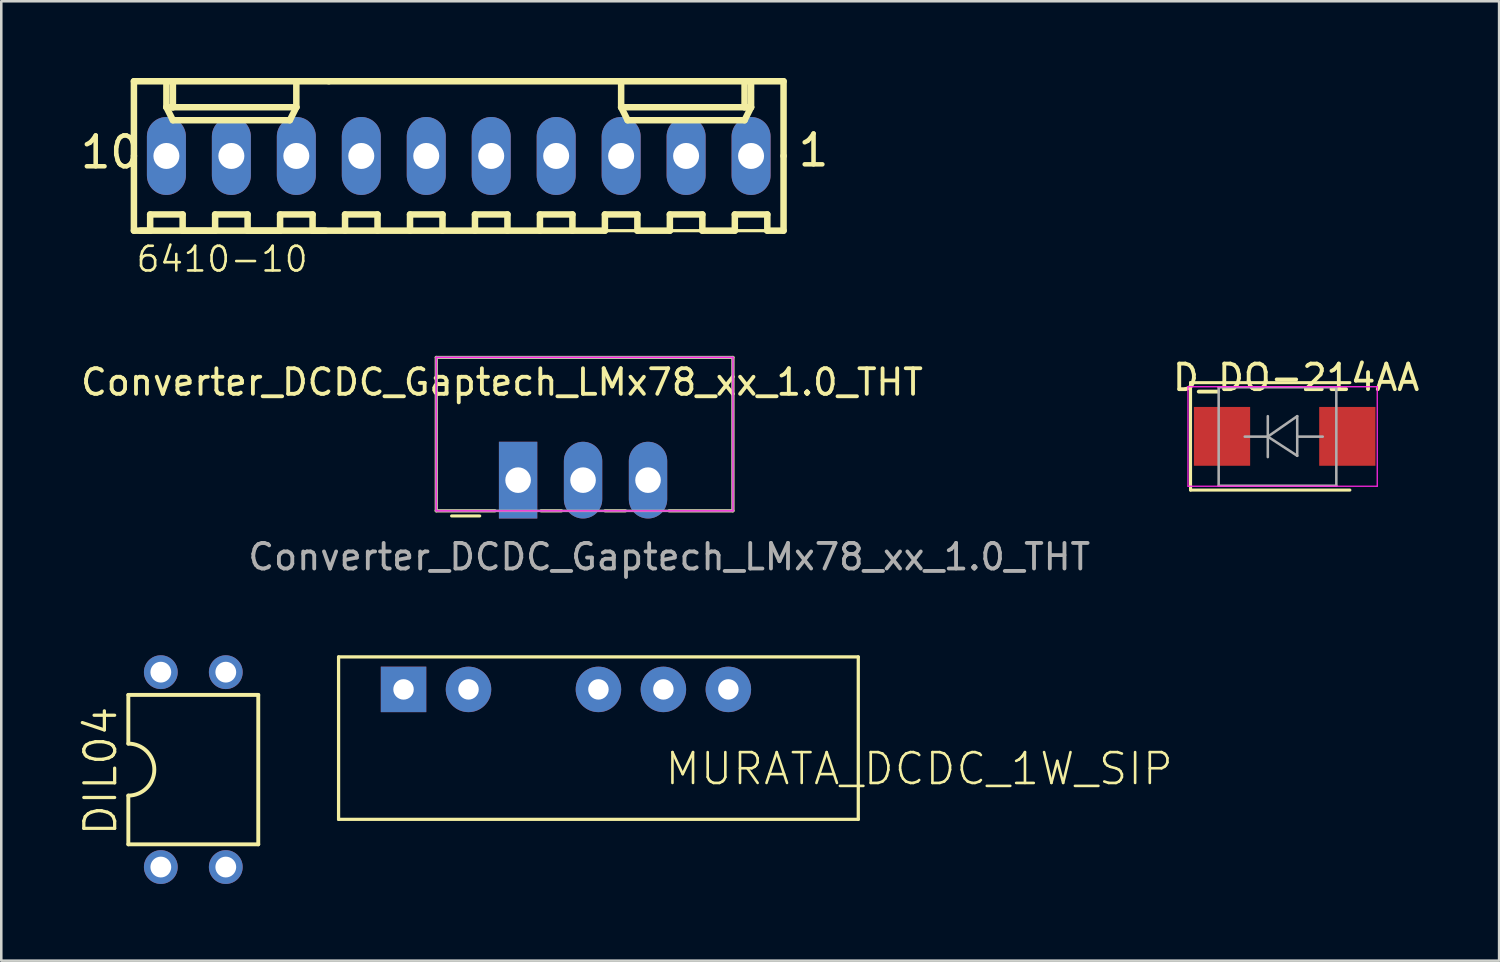
<source format=kicad_pcb>
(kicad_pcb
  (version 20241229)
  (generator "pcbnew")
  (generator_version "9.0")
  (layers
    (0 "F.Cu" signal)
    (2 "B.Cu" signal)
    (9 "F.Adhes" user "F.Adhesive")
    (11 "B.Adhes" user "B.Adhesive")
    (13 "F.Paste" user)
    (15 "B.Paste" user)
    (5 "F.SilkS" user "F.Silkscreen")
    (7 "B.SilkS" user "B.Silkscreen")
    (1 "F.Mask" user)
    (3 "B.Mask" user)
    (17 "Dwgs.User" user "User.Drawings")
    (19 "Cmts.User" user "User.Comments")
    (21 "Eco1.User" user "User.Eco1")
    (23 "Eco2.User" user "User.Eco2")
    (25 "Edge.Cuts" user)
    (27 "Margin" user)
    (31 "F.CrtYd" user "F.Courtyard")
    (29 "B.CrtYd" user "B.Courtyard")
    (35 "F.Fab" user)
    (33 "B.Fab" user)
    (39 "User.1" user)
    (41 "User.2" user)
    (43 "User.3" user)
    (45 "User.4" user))
  (footprint "D_DO-214AA"
    (layer "F.Cu")
    (at 47.629 11.211)
    (property "Reference" "D_DO-214AA" (at 0 0.5 0) (layer "F.SilkS") (effects (font (size 1 1) (thickness 0.15))))
    (attr through_hole)
    (fp_line (start -4.13 0.7) (end -4.13 4.9) (stroke (width 0.12) (type solid)) (layer "F.SilkS"))
    (fp_line (start -4.13 0.7) (end 2.1 0.7) (stroke (width 0.12) (type solid)) (layer "F.SilkS"))
    (fp_line (start -4.13 4.9) (end 2.1 4.9) (stroke (width 0.12) (type solid)) (layer "F.SilkS"))
    (fp_line (start -4.23 0.86) (end 3.17 0.86) (stroke (width 0.05) (type solid)) (layer "F.CrtYd"))
    (fp_line (start -4.23 4.75) (end -4.23 0.86) (stroke (width 0.05) (type solid)) (layer "F.CrtYd"))
    (fp_line (start 3.17 0.86) (end 3.17 4.75) (stroke (width 0.05) (type solid)) (layer "F.CrtYd"))
    (fp_line (start 3.17 4.75) (end -4.23 4.75) (stroke (width 0.05) (type solid)) (layer "F.CrtYd"))
    (fp_line (start -3.03 4.73) (end -3.03 0.88) (stroke (width 0.1) (type solid)) (layer "F.Fab"))
    (fp_line (start -1.109 2.011) (end -1.109 3.611) (stroke (width 0.1) (type solid)) (layer "F.Fab"))
    (fp_line (start -1.109 2.811) (end -2.011 2.811) (stroke (width 0.1) (type solid)) (layer "F.Fab"))
    (fp_line (start -1.109 2.811) (end 0.041 2.011) (stroke (width 0.1) (type solid)) (layer "F.Fab"))
    (fp_line (start -1.109 2.811) (end 0.041 3.56) (stroke (width 0.1) (type solid)) (layer "F.Fab"))
    (fp_line (start 0.041 2.811) (end 1.039 2.811) (stroke (width 0.1) (type solid)) (layer "F.Fab"))
    (fp_line (start 0.041 3.56) (end 0.041 2.011) (stroke (width 0.1) (type solid)) (layer "F.Fab"))
    (fp_line (start 1.57 0.88) (end -3.03 0.88) (stroke (width 0.1) (type solid)) (layer "F.Fab"))
    (fp_line (start 1.57 0.88) (end 1.57 4.73) (stroke (width 0.1) (type solid)) (layer "F.Fab"))
    (fp_line (start 1.57 4.73) (end -3.03 4.73) (stroke (width 0.1) (type solid)) (layer "F.Fab"))
    (pad "1" smd rect (at -2.9 2.8) (size 2.2 2.3) (layers "F.Cu" "F.Mask" "F.Paste"))
    (pad "2" smd rect (at 2 2.8) (size 2.2 2.3) (layers "F.Cu" "F.Mask" "F.Paste")))
  (footprint "MURATA_DCDC_1W_SIP"
    (layer "F.Cu")
    (at 12.728 23.905)
    (property "Reference" "MURATA_DCDC_1W_SIP" (at 10.16 3.81 0) (layer "F.SilkS") (effects (font (size 1.206 1.206) (thickness 0.102)) (justify left bottom)))
    (attr through_hole)
    (fp_line (start -2.54 -1.27) (end -2.54 5.08) (stroke (width 0.127) (type solid)) (layer "F.SilkS"))
    (fp_line (start -2.54 5.08) (end 17.78 5.08) (stroke (width 0.127) (type solid)) (layer "F.SilkS"))
    (fp_line (start 17.78 -1.27) (end -2.54 -1.27) (stroke (width 0.127) (type solid)) (layer "F.SilkS"))
    (fp_line (start 17.78 5.08) (end 17.78 -1.27) (stroke (width 0.127) (type solid)) (layer "F.SilkS"))
    (pad "1" thru_hole rect (at 0 0) (size 1.778 1.778) (drill 0.8) (layers "*.Cu" "*.Mask"))
    (pad "2" thru_hole circle (at 2.54 0) (size 1.778 1.778) (drill 0.8) (layers "*.Cu" "*.Mask"))
    (pad "4" thru_hole circle (at 7.62 0) (size 1.778 1.778) (drill 0.8) (layers "*.Cu" "*.Mask"))
    (pad "5" thru_hole circle (at 10.16 0) (size 1.778 1.778) (drill 0.8) (layers "*.Cu" "*.Mask"))
    (pad "6" thru_hole circle (at 12.7 0) (size 1.778 1.778) (drill 0.8) (layers "*.Cu" "*.Mask")))
  (footprint "6410-10"
    (layer "F.Cu")
    (at 14.886 3.048)
    (property "Reference" "6410-10" (at -12.673 4.599 0) (layer "F.SilkS") (effects (font (size 0.965 0.965) (thickness 0.102)) (justify left bottom)))
    (attr through_hole)
    (fp_line (start -12.7 -2.921) (end -11.43 -2.921) (stroke (width 0.254) (type solid)) (layer "F.SilkS"))
    (fp_line (start -12.7 0) (end -12.7 -2.921) (stroke (width 0.254) (type solid)) (layer "F.SilkS"))
    (fp_line (start -12.7 0) (end -12.7 2.921) (stroke (width 0.254) (type solid)) (layer "F.SilkS"))
    (fp_line (start -12.7 2.921) (end -5.207 2.921) (stroke (width 0.254) (type solid)) (layer "F.SilkS"))
    (fp_line (start -12.446 2.921) (end -12.065 2.921) (stroke (width 0.254) (type solid)) (layer "F.SilkS"))
    (fp_line (start -12.065 2.286) (end -10.795 2.286) (stroke (width 0.254) (type solid)) (layer "F.SilkS"))
    (fp_line (start -12.065 2.921) (end -12.065 2.286) (stroke (width 0.254) (type solid)) (layer "F.SilkS"))
    (fp_line (start -11.43 -2.921) (end -11.176 -2.921) (stroke (width 0.254) (type solid)) (layer "F.SilkS"))
    (fp_line (start -11.43 -2.54) (end -11.43 -2.921) (stroke (width 0.127) (type solid)) (layer "F.SilkS"))
    (fp_line (start -11.43 -1.905) (end -11.43 -2.921) (stroke (width 0.254) (type solid)) (layer "F.SilkS"))
    (fp_line (start -11.43 -1.905) (end -11.176 -1.905) (stroke (width 0.254) (type solid)) (layer "F.SilkS"))
    (fp_line (start -11.43 -1.905) (end -11.176 -1.397) (stroke (width 0.254) (type solid)) (layer "F.SilkS"))
    (fp_line (start -11.176 -2.921) (end -11.176 -1.905) (stroke (width 0.254) (type solid)) (layer "F.SilkS"))
    (fp_line (start -11.176 -2.921) (end -6.35 -2.921) (stroke (width 0.254) (type solid)) (layer "F.SilkS"))
    (fp_line (start -11.176 -1.905) (end -6.35 -1.905) (stroke (width 0.254) (type solid)) (layer "F.SilkS"))
    (fp_line (start -11.176 -1.397) (end -6.604 -1.397) (stroke (width 0.254) (type solid)) (layer "F.SilkS"))
    (fp_line (start -10.795 2.286) (end -10.795 2.921) (stroke (width 0.254) (type solid)) (layer "F.SilkS"))
    (fp_line (start -10.795 2.921) (end -9.525 2.921) (stroke (width 0.254) (type solid)) (layer "F.SilkS"))
    (fp_line (start -9.525 2.286) (end -8.255 2.286) (stroke (width 0.254) (type solid)) (layer "F.SilkS"))
    (fp_line (start -9.525 2.921) (end -9.525 2.286) (stroke (width 0.254) (type solid)) (layer "F.SilkS"))
    (fp_line (start -8.255 2.286) (end -8.255 2.921) (stroke (width 0.254) (type solid)) (layer "F.SilkS"))
    (fp_line (start -8.255 2.921) (end -6.985 2.921) (stroke (width 0.254) (type solid)) (layer "F.SilkS"))
    (fp_line (start -6.985 2.286) (end -5.715 2.286) (stroke (width 0.254) (type solid)) (layer "F.SilkS"))
    (fp_line (start -6.985 2.921) (end -6.985 2.286) (stroke (width 0.254) (type solid)) (layer "F.SilkS"))
    (fp_line (start -6.604 -1.397) (end -6.35 -1.905) (stroke (width 0.254) (type solid)) (layer "F.SilkS"))
    (fp_line (start -6.35 -2.921) (end -5.08 -2.921) (stroke (width 0.254) (type solid)) (layer "F.SilkS"))
    (fp_line (start -6.35 -1.905) (end -6.35 -2.921) (stroke (width 0.254) (type solid)) (layer "F.SilkS"))
    (fp_line (start -5.715 2.286) (end -5.715 2.921) (stroke (width 0.254) (type solid)) (layer "F.SilkS"))
    (fp_line (start -5.715 2.921) (end 5.715 2.921) (stroke (width 0.254) (type solid)) (layer "F.SilkS"))
    (fp_line (start -4.445 2.286) (end -3.175 2.286) (stroke (width 0.254) (type solid)) (layer "F.SilkS"))
    (fp_line (start -4.445 2.921) (end -4.445 2.286) (stroke (width 0.254) (type solid)) (layer "F.SilkS"))
    (fp_line (start -3.175 2.286) (end -3.175 2.921) (stroke (width 0.254) (type solid)) (layer "F.SilkS"))
    (fp_line (start -1.905 2.286) (end -0.635 2.286) (stroke (width 0.254) (type solid)) (layer "F.SilkS"))
    (fp_line (start -1.905 2.921) (end -1.905 2.286) (stroke (width 0.254) (type solid)) (layer "F.SilkS"))
    (fp_line (start -0.635 2.286) (end -0.635 2.921) (stroke (width 0.254) (type solid)) (layer "F.SilkS"))
    (fp_line (start 0.635 2.286) (end 1.905 2.286) (stroke (width 0.254) (type solid)) (layer "F.SilkS"))
    (fp_line (start 0.635 2.921) (end 0.635 2.286) (stroke (width 0.254) (type solid)) (layer "F.SilkS"))
    (fp_line (start 1.905 2.286) (end 1.905 2.921) (stroke (width 0.254) (type solid)) (layer "F.SilkS"))
    (fp_line (start 3.175 2.286) (end 4.445 2.286) (stroke (width 0.254) (type solid)) (layer "F.SilkS"))
    (fp_line (start 3.175 2.921) (end 3.175 2.286) (stroke (width 0.254) (type solid)) (layer "F.SilkS"))
    (fp_line (start 4.445 2.286) (end 4.445 2.921) (stroke (width 0.254) (type solid)) (layer "F.SilkS"))
    (fp_line (start 5.715 2.286) (end 6.985 2.286) (stroke (width 0.254) (type solid)) (layer "F.SilkS"))
    (fp_line (start 5.715 2.921) (end 5.715 2.286) (stroke (width 0.254) (type solid)) (layer "F.SilkS"))
    (fp_line (start 6.35 -1.905) (end 6.35 -2.921) (stroke (width 0.254) (type solid)) (layer "F.SilkS"))
    (fp_line (start 6.35 -1.905) (end 6.604 -1.397) (stroke (width 0.254) (type solid)) (layer "F.SilkS"))
    (fp_line (start 6.35 -1.905) (end 11.176 -1.905) (stroke (width 0.254) (type solid)) (layer "F.SilkS"))
    (fp_line (start 6.604 -1.397) (end 11.176 -1.397) (stroke (width 0.254) (type solid)) (layer "F.SilkS"))
    (fp_line (start 6.985 2.286) (end 6.985 2.921) (stroke (width 0.254) (type solid)) (layer "F.SilkS"))
    (fp_line (start 6.985 2.921) (end 8.255 2.921) (stroke (width 0.254) (type solid)) (layer "F.SilkS"))
    (fp_line (start 8.255 2.286) (end 9.525 2.286) (stroke (width 0.254) (type solid)) (layer "F.SilkS"))
    (fp_line (start 8.255 2.921) (end 8.255 2.286) (stroke (width 0.254) (type solid)) (layer "F.SilkS"))
    (fp_line (start 9.525 2.286) (end 9.525 2.921) (stroke (width 0.254) (type solid)) (layer "F.SilkS"))
    (fp_line (start 9.525 2.921) (end 10.795 2.921) (stroke (width 0.254) (type solid)) (layer "F.SilkS"))
    (fp_line (start 10.795 2.286) (end 12.065 2.286) (stroke (width 0.254) (type solid)) (layer "F.SilkS"))
    (fp_line (start 10.795 2.921) (end 10.795 2.286) (stroke (width 0.254) (type solid)) (layer "F.SilkS"))
    (fp_line (start 11.176 -2.921) (end 11.176 -1.905) (stroke (width 0.254) (type solid)) (layer "F.SilkS"))
    (fp_line (start 11.176 -1.905) (end 11.43 -1.905) (stroke (width 0.254) (type solid)) (layer "F.SilkS"))
    (fp_line (start 11.176 -1.397) (end 11.43 -1.905) (stroke (width 0.254) (type solid)) (layer "F.SilkS"))
    (fp_line (start 11.43 -1.905) (end 11.43 -2.921) (stroke (width 0.254) (type solid)) (layer "F.SilkS"))
    (fp_line (start 12.065 2.286) (end 12.065 2.921) (stroke (width 0.254) (type solid)) (layer "F.SilkS"))
    (fp_line (start 12.065 2.921) (end 12.7 2.921) (stroke (width 0.254) (type solid)) (layer "F.SilkS"))
    (fp_line (start 12.7 -2.921) (end -5.08 -2.921) (stroke (width 0.254) (type solid)) (layer "F.SilkS"))
    (fp_line (start 12.7 0) (end 12.7 -2.921) (stroke (width 0.254) (type solid)) (layer "F.SilkS"))
    (fp_line (start 12.7 0) (end 12.7 2.921) (stroke (width 0.254) (type solid)) (layer "F.SilkS"))
    (fp_line (start 12.7 2.921) (end -5.207 2.921) (stroke (width 0.127) (type solid)) (layer "F.SilkS"))
    (fp_poly (pts (xy -11.684 0.254) (xy -11.176 0.254) (xy -11.176 -0.254) (xy -11.684 -0.254)) (stroke (width 0.1) (type solid)) (fill no) (layer "F.Fab"))
    (fp_poly (pts (xy -9.144 0.254) (xy -8.636 0.254) (xy -8.636 -0.254) (xy -9.144 -0.254)) (stroke (width 0.1) (type solid)) (fill no) (layer "F.Fab"))
    (fp_poly (pts (xy -6.604 0.254) (xy -6.096 0.254) (xy -6.096 -0.254) (xy -6.604 -0.254)) (stroke (width 0.1) (type solid)) (fill no) (layer "F.Fab"))
    (fp_poly (pts (xy -4.064 0.254) (xy -3.556 0.254) (xy -3.556 -0.254) (xy -4.064 -0.254)) (stroke (width 0.1) (type solid)) (fill no) (layer "F.Fab"))
    (fp_poly (pts (xy -1.524 0.254) (xy -1.016 0.254) (xy -1.016 -0.254) (xy -1.524 -0.254)) (stroke (width 0.1) (type solid)) (fill no) (layer "F.Fab"))
    (fp_poly (pts (xy 1.016 0.254) (xy 1.524 0.254) (xy 1.524 -0.254) (xy 1.016 -0.254)) (stroke (width 0.1) (type solid)) (fill no) (layer "F.Fab"))
    (fp_poly (pts (xy 3.556 0.254) (xy 4.064 0.254) (xy 4.064 -0.254) (xy 3.556 -0.254)) (stroke (width 0.1) (type solid)) (fill no) (layer "F.Fab"))
    (fp_poly (pts (xy 6.096 0.254) (xy 6.604 0.254) (xy 6.604 -0.254) (xy 6.096 -0.254)) (stroke (width 0.1) (type solid)) (fill no) (layer "F.Fab"))
    (fp_poly (pts (xy 8.636 0.254) (xy 9.144 0.254) (xy 9.144 -0.254) (xy 8.636 -0.254)) (stroke (width 0.1) (type solid)) (fill no) (layer "F.Fab"))
    (fp_poly (pts (xy 11.176 0.254) (xy 11.684 0.254) (xy 11.684 -0.254) (xy 11.176 -0.254)) (stroke (width 0.1) (type solid)) (fill no) (layer "F.Fab"))
    (fp_text user "1" (at 13.181 0.484 0) (layer "F.SilkS") (effects (font (size 1.206 1.206) (thickness 0.178)) (justify left bottom)))
    (fp_text user "10" (at -14.886 0.56 0) (layer "F.SilkS") (effects (font (size 1.206 1.206) (thickness 0.178)) (justify left bottom)))
    (pad "1" thru_hole oval (at 11.43 0 90) (size 3.048 1.524) (drill 1.016) (layers "*.Cu" "*.Mask"))
    (pad "2" thru_hole oval (at 8.89 0 90) (size 3.048 1.524) (drill 1.016) (layers "*.Cu" "*.Mask"))
    (pad "3" thru_hole oval (at 6.35 0 90) (size 3.048 1.524) (drill 1.016) (layers "*.Cu" "*.Mask"))
    (pad "4" thru_hole oval (at 3.81 0 90) (size 3.048 1.524) (drill 1.016) (layers "*.Cu" "*.Mask"))
    (pad "5" thru_hole oval (at 1.27 0 90) (size 3.048 1.524) (drill 1.016) (layers "*.Cu" "*.Mask"))
    (pad "6" thru_hole oval (at -1.27 0 90) (size 3.048 1.524) (drill 1.016) (layers "*.Cu" "*.Mask"))
    (pad "7" thru_hole oval (at -3.81 0 90) (size 3.048 1.524) (drill 1.016) (layers "*.Cu" "*.Mask"))
    (pad "8" thru_hole oval (at -6.35 0 90) (size 3.048 1.524) (drill 1.016) (layers "*.Cu" "*.Mask"))
    (pad "9" thru_hole oval (at -8.89 0 90) (size 3.048 1.524) (drill 1.016) (layers "*.Cu" "*.Mask"))
    (pad "10" thru_hole oval (at -11.43 0 90) (size 3.048 1.524) (drill 1.016) (layers "*.Cu" "*.Mask")))
  (footprint "DIL04"
    (layer "F.Cu")
    (at 4.508 27.041)
    (property "Reference" "DIL04" (at -2.921 2.667 90) (layer "F.SilkS") (effects (font (size 1.206 1.206) (thickness 0.127)) (justify left bottom)))
    (attr through_hole)
    (fp_line (start -2.54 -2.921) (end -2.54 -1.016) (stroke (width 0.152) (type solid)) (layer "F.SilkS"))
    (fp_line (start -2.54 2.921) (end -2.54 1.016) (stroke (width 0.152) (type solid)) (layer "F.SilkS"))
    (fp_line (start -2.54 2.921) (end 2.54 2.921) (stroke (width 0.152) (type solid)) (layer "F.SilkS"))
    (fp_line (start 2.54 -2.921) (end -2.54 -2.921) (stroke (width 0.152) (type solid)) (layer "F.SilkS"))
    (fp_line (start 2.54 -2.921) (end 2.54 2.921) (stroke (width 0.152) (type solid)) (layer "F.SilkS"))
    (fp_arc (start -2.54 -1.016) (mid -1.524 0) (end -2.54 1.016) (stroke (width 0.1524) (type solid)) (layer "F.SilkS"))
    (pad "1" thru_hole circle (at -1.27 3.81 270) (size 1.321 1.321) (drill 0.813) (layers "*.Cu" "*.Mask"))
    (pad "2" thru_hole circle (at 1.27 3.81 270) (size 1.321 1.321) (drill 0.813) (layers "*.Cu" "*.Mask"))
    (pad "3" thru_hole circle (at 1.27 -3.81 90) (size 1.321 1.321) (drill 0.813) (layers "*.Cu" "*.Mask"))
    (pad "4" thru_hole circle (at -1.27 -3.81 90) (size 1.321 1.321) (drill 0.813) (layers "*.Cu" "*.Mask")))
  (footprint "Converter_DCDC_Gaptech_LMx78_xx_1.0_THT"
    (layer "F.Cu")
    (at 17.207 15.723)
    (property "Reference" "Converter_DCDC_Gaptech_LMx78_xx_1.0_THT" (at -0.63 -3.83 0) (layer "F.SilkS") (effects (font (size 1 1) (thickness 0.15))))
    (attr through_hole)
    (fp_line (start -3.205 1.2) (end -0.9 1.2) (stroke (width 0.12) (type solid)) (layer "F.SilkS"))
    (fp_line (start -3.2 -4.8) (end 8.4 -4.8) (stroke (width 0.12) (type solid)) (layer "F.SilkS"))
    (fp_line (start -3.2 1.2) (end -3.2 -4.8) (stroke (width 0.12) (type solid)) (layer "F.SilkS"))
    (fp_line (start -2.6 1.4) (end -1.5 1.4) (stroke (width 0.12) (type solid)) (layer "F.SilkS"))
    (fp_line (start 0.895 1.2) (end 1.7 1.2) (stroke (width 0.12) (type solid)) (layer "F.SilkS"))
    (fp_line (start 3.395 1.2) (end 4.2 1.2) (stroke (width 0.12) (type solid)) (layer "F.SilkS"))
    (fp_line (start 8.4 -4.8) (end 8.4 1.2) (stroke (width 0.12) (type solid)) (layer "F.SilkS"))
    (fp_line (start 8.4 1.2) (end 5.9 1.2) (stroke (width 0.12) (type solid)) (layer "F.SilkS"))
    (fp_line (start -3.2 -4.8) (end -3.2 1.2) (stroke (width 0.05) (type solid)) (layer "F.CrtYd"))
    (fp_line (start -3.2 -4.8) (end 8.4 -4.8) (stroke (width 0.05) (type solid)) (layer "F.CrtYd"))
    (fp_line (start -3.2 1.2) (end 8.4 1.2) (stroke (width 0.05) (type solid)) (layer "F.CrtYd"))
    (fp_line (start 8.4 -4.8) (end 8.4 1.2) (stroke (width 0.05) (type solid)) (layer "F.CrtYd"))
    (fp_line (start -3.2 1.2) (end -3.2 -4.8) (stroke (width 0.1) (type solid)) (layer "F.Fab"))
    (fp_line (start 8.4 -4.8) (end -3.2 -4.8) (stroke (width 0.1) (type solid)) (layer "F.Fab"))
    (fp_line (start 8.4 -4.8) (end 8.4 1.2) (stroke (width 0.1) (type solid)) (layer "F.Fab"))
    (fp_line (start 8.4 1.2) (end -3.2 1.2) (stroke (width 0.1) (type solid)) (layer "F.Fab"))
    (fp_text user "${REFERENCE}" (at 5.91 3 0) (layer "F.Fab") (effects (font (size 1 1) (thickness 0.15))))
    (pad "1" thru_hole rect (at 0 0) (size 1.5 3) (drill 1) (layers "*.Cu" "*.Mask"))
    (pad "2" thru_hole oval (at 2.54 0) (size 1.5 3) (drill 1) (layers "*.Cu" "*.Mask"))
    (pad "3" thru_hole oval (at 5.08 0) (size 1.5 3) (drill 1) (layers "*.Cu" "*.Mask")))
  (gr_rect
    (start -3 -3)
    (end 55.564 34.512)
    (stroke (width 0.1) (type default))
    (fill no)
    (layer "Edge.Cuts")))
</source>
